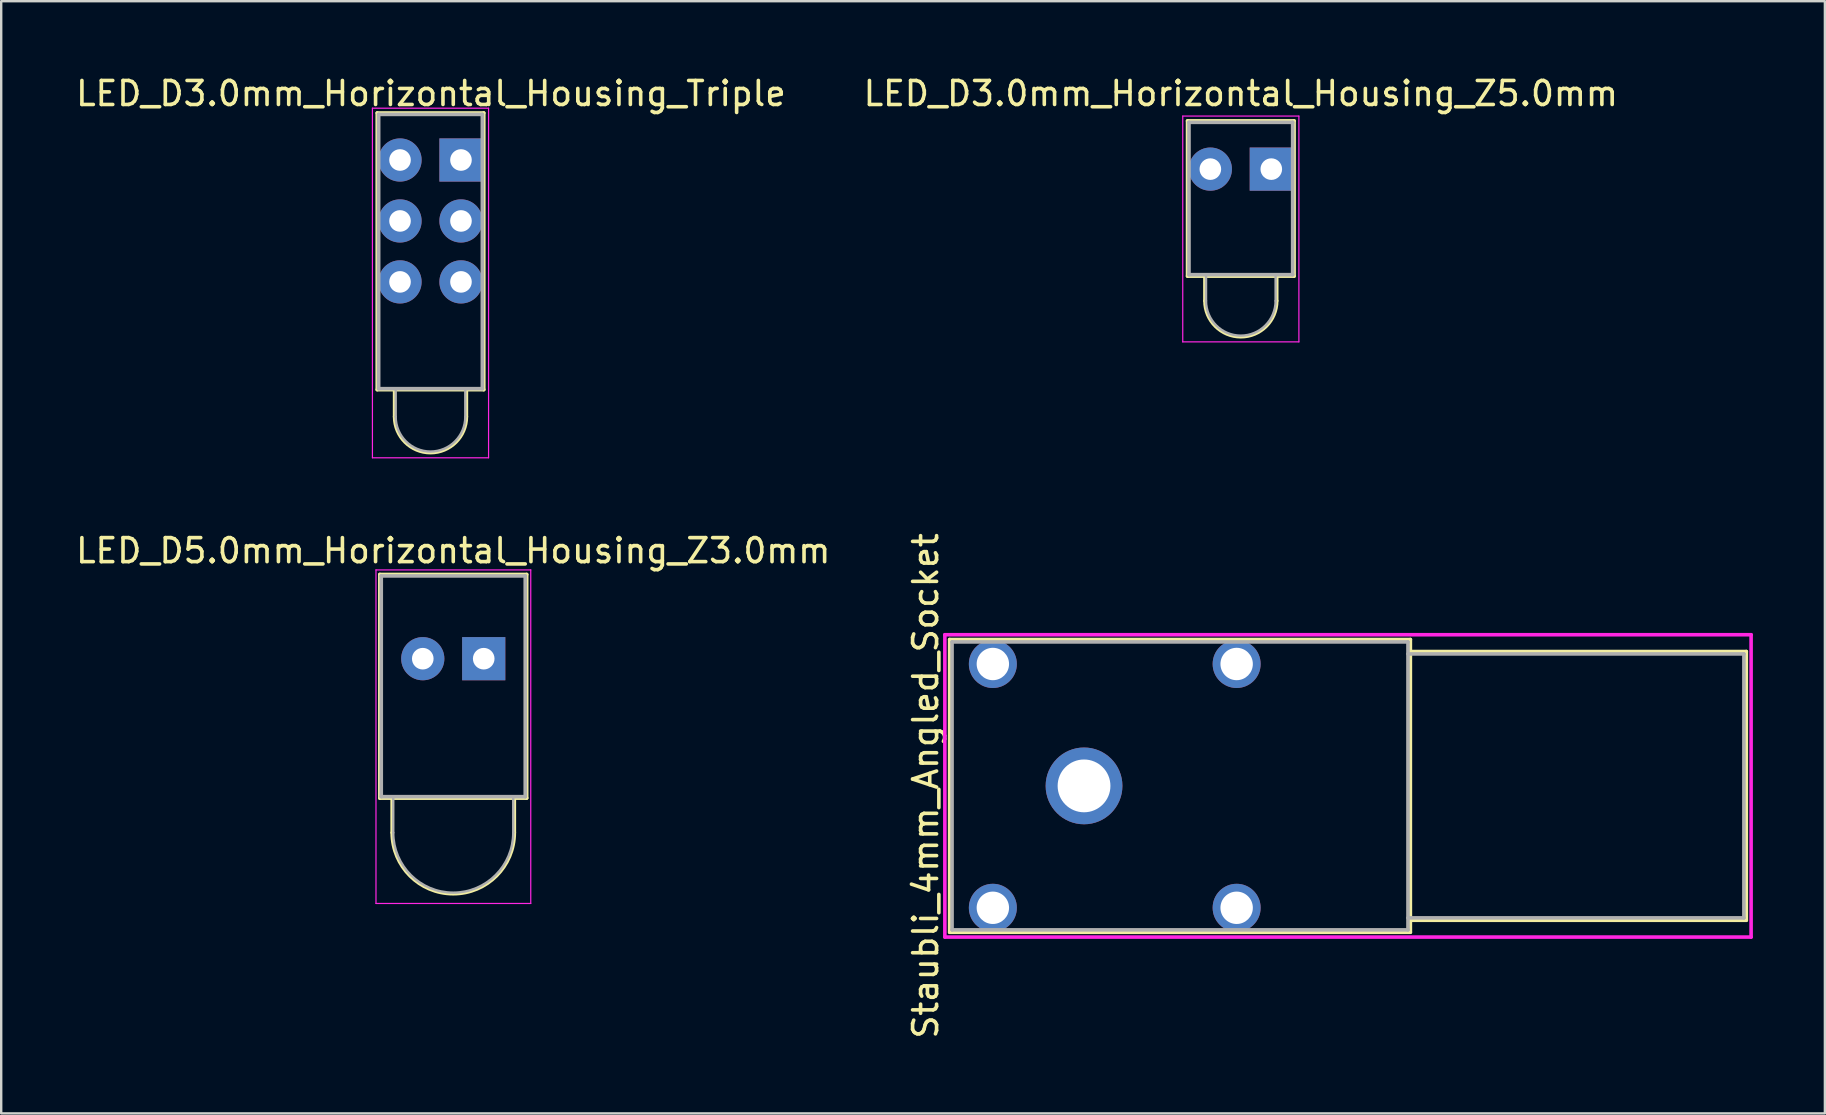
<source format=kicad_pcb>
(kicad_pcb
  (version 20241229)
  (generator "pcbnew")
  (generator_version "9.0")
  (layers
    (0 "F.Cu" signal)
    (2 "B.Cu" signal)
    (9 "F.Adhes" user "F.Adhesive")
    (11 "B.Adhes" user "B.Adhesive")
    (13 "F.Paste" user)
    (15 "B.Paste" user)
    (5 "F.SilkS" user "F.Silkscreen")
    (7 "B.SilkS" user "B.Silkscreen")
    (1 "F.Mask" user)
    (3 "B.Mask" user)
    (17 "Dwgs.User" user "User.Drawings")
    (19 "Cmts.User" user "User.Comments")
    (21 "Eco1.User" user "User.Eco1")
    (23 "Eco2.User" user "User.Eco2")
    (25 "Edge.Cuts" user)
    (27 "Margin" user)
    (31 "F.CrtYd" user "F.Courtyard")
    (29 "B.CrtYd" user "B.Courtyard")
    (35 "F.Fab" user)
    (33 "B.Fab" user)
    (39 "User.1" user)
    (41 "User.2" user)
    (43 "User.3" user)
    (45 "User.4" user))
  (footprint "Staubli_4mm_Angled_Socket"
    (layer "F.Cu")
    (at 42.127 29.702)
    (property "Reference" "Staubli_4mm_Angled_Socket" (at -6.6 0 90) (layer "F.SilkS") (effects (font (size 1 1) (thickness 0.15))))
    (attr through_hole)
    (fp_line (start -5.6 -6.1) (end -5.6 6.1) (stroke (width 0.15) (type solid)) (layer "F.SilkS"))
    (fp_line (start -5.6 6.1) (end 13.6 6.1) (stroke (width 0.15) (type solid)) (layer "F.SilkS"))
    (fp_line (start 13.6 -6.1) (end -5.6 -6.1) (stroke (width 0.15) (type solid)) (layer "F.SilkS"))
    (fp_line (start 13.6 -5.6) (end 27.6 -5.6) (stroke (width 0.15) (type solid)) (layer "F.SilkS"))
    (fp_line (start 13.6 6.1) (end 13.6 -6.1) (stroke (width 0.15) (type solid)) (layer "F.SilkS"))
    (fp_line (start 27.6 -5.6) (end 27.6 5.6) (stroke (width 0.15) (type solid)) (layer "F.SilkS"))
    (fp_line (start 27.6 5.6) (end 13.6 5.6) (stroke (width 0.15) (type solid)) (layer "F.SilkS"))
    (fp_line (start -5.8 -6.3) (end 27.8 -6.3) (stroke (width 0.15) (type solid)) (layer "F.CrtYd"))
    (fp_line (start -5.8 6.3) (end -5.8 -6.3) (stroke (width 0.15) (type solid)) (layer "F.CrtYd"))
    (fp_line (start 27.8 -6.3) (end 27.8 6.3) (stroke (width 0.15) (type solid)) (layer "F.CrtYd"))
    (fp_line (start 27.8 6.3) (end -5.8 6.3) (stroke (width 0.15) (type solid)) (layer "F.CrtYd"))
    (fp_line (start -5.5 -6) (end -5.5 6) (stroke (width 0.15) (type solid)) (layer "F.Fab"))
    (fp_line (start -5.5 6) (end 13.5 6) (stroke (width 0.15) (type solid)) (layer "F.Fab"))
    (fp_line (start 13.5 -6) (end -5.5 -6) (stroke (width 0.15) (type solid)) (layer "F.Fab"))
    (fp_line (start 13.5 -5.5) (end 27.5 -5.5) (stroke (width 0.15) (type solid)) (layer "F.Fab"))
    (fp_line (start 13.5 6) (end 13.5 -6) (stroke (width 0.15) (type solid)) (layer "F.Fab"))
    (fp_line (start 27.5 -5.5) (end 27.5 5.5) (stroke (width 0.15) (type solid)) (layer "F.Fab"))
    (fp_line (start 27.5 5.5) (end 13.5 5.5) (stroke (width 0.15) (type solid)) (layer "F.Fab"))
    (pad "1" thru_hole circle (at -3.8 -5.08) (size 2 2) (drill 1.35) (layers "*.Cu" "*.Mask"))
    (pad "1" thru_hole circle (at -3.8 5.08) (size 2 2) (drill 1.35) (layers "*.Cu" "*.Mask"))
    (pad "1" thru_hole circle (at 0 0) (size 3.2 3.2) (drill 2.2) (layers "*.Cu" "*.Mask"))
    (pad "1" thru_hole circle (at 6.36 -5.08) (size 2 2) (drill 1.35) (layers "*.Cu" "*.Mask"))
    (pad "1" thru_hole circle (at 6.36 5.08) (size 2 2) (drill 1.35) (layers "*.Cu" "*.Mask")))
  (footprint "LED_D5.0mm_Horizontal_Housing_Z3.0mm"
    (layer "F.Cu")
    (at 17.109 24.401)
    (property "Reference" "LED_D5.0mm_Horizontal_Housing_Z3.0mm" (at -1.27 -4.5 0) (layer "F.SilkS") (effects (font (size 1 1) (thickness 0.15))))
    (attr through_hole)
    (fp_line (start -4.33 -3.51) (end -4.33 5.81) (stroke (width 0.15) (type solid)) (layer "F.SilkS"))
    (fp_line (start -4.33 -3.51) (end 1.79 -3.51) (stroke (width 0.15) (type solid)) (layer "F.SilkS"))
    (fp_line (start -4.33 5.81) (end 1.79 5.81) (stroke (width 0.15) (type solid)) (layer "F.SilkS"))
    (fp_line (start -3.83 5.81) (end -3.83 7.25) (stroke (width 0.12) (type solid)) (layer "F.SilkS"))
    (fp_line (start 1.29 5.81) (end 1.29 7.25) (stroke (width 0.12) (type solid)) (layer "F.SilkS"))
    (fp_line (start 1.79 -3.51) (end 1.79 5.81) (stroke (width 0.15) (type solid)) (layer "F.SilkS"))
    (fp_arc (start 1.29 7.25) (mid -1.27 9.81) (end -3.83 7.25) (stroke (width 0.12) (type solid)) (layer "F.SilkS"))
    (fp_line (start -4.49 -3.7) (end -4.49 10.2) (stroke (width 0.05) (type solid)) (layer "F.CrtYd"))
    (fp_line (start -4.49 10.2) (end 1.96 10.2) (stroke (width 0.05) (type solid)) (layer "F.CrtYd"))
    (fp_line (start 1.96 -3.7) (end -4.49 -3.7) (stroke (width 0.05) (type solid)) (layer "F.CrtYd"))
    (fp_line (start 1.96 10.2) (end 1.96 -3.7) (stroke (width 0.05) (type solid)) (layer "F.CrtYd"))
    (fp_line (start -4.27 -3.45) (end -4.27 5.75) (stroke (width 0.15) (type solid)) (layer "F.Fab"))
    (fp_line (start -4.27 -3.45) (end 1.73 -3.45) (stroke (width 0.15) (type solid)) (layer "F.Fab"))
    (fp_line (start -4.27 5.75) (end 1.73 5.75) (stroke (width 0.15) (type solid)) (layer "F.Fab"))
    (fp_line (start -3.77 5.75) (end -3.77 7.25) (stroke (width 0.1) (type solid)) (layer "F.Fab"))
    (fp_line (start 1.23 5.75) (end 1.23 7.25) (stroke (width 0.1) (type solid)) (layer "F.Fab"))
    (fp_line (start 1.73 -3.45) (end 1.73 5.75) (stroke (width 0.15) (type solid)) (layer "F.Fab"))
    (fp_arc (start 1.23 7.25) (mid -1.27 9.75) (end -3.77 7.25) (stroke (width 0.1) (type solid)) (layer "F.Fab"))
    (pad "1" thru_hole rect (at 0 0) (size 1.8 1.8) (drill 0.9) (layers "*.Cu" "*.Mask"))
    (pad "2" thru_hole circle (at -2.54 0) (size 1.8 1.8) (drill 0.9) (layers "*.Cu" "*.Mask")))
  (footprint "LED_D3.0mm_Horizontal_Housing_Z5.0mm"
    (layer "F.Cu")
    (at 49.931 3.998)
    (property "Reference" "LED_D3.0mm_Horizontal_Housing_Z5.0mm" (at -1.27 -3.15 0) (layer "F.SilkS") (effects (font (size 1 1) (thickness 0.15))))
    (attr through_hole)
    (fp_line (start -3.49 -2.01) (end -3.49 4.46) (stroke (width 0.15) (type solid)) (layer "F.SilkS"))
    (fp_line (start -3.49 -2.01) (end 0.95 -2.01) (stroke (width 0.15) (type solid)) (layer "F.SilkS"))
    (fp_line (start -3.49 4.46) (end 0.95 4.46) (stroke (width 0.15) (type solid)) (layer "F.SilkS"))
    (fp_line (start -2.78 4.46) (end -2.78 5.49) (stroke (width 0.12) (type solid)) (layer "F.SilkS"))
    (fp_line (start 0.24 4.46) (end 0.24 5.49) (stroke (width 0.12) (type solid)) (layer "F.SilkS"))
    (fp_line (start 0.95 -2.01) (end 0.95 4.46) (stroke (width 0.15) (type solid)) (layer "F.SilkS"))
    (fp_arc (start 0.24 5.49) (mid -1.27 7) (end -2.78 5.49) (stroke (width 0.12) (type solid)) (layer "F.SilkS"))
    (fp_line (start -3.69 -2.21) (end -3.69 7.2) (stroke (width 0.05) (type solid)) (layer "F.CrtYd"))
    (fp_line (start -3.69 7.2) (end 1.15 7.2) (stroke (width 0.05) (type solid)) (layer "F.CrtYd"))
    (fp_line (start 1.15 -2.21) (end -3.69 -2.21) (stroke (width 0.05) (type solid)) (layer "F.CrtYd"))
    (fp_line (start 1.15 7.2) (end 1.15 -2.21) (stroke (width 0.05) (type solid)) (layer "F.CrtYd"))
    (fp_line (start -3.43 -1.95) (end -3.43 4.4) (stroke (width 0.15) (type solid)) (layer "F.Fab"))
    (fp_line (start -3.43 -1.95) (end 0.89 -1.95) (stroke (width 0.15) (type solid)) (layer "F.Fab"))
    (fp_line (start -3.43 4.4) (end 0.89 4.4) (stroke (width 0.15) (type solid)) (layer "F.Fab"))
    (fp_line (start -2.72 4.4) (end -2.72 5.49) (stroke (width 0.1) (type solid)) (layer "F.Fab"))
    (fp_line (start 0.18 4.4) (end 0.18 5.49) (stroke (width 0.1) (type solid)) (layer "F.Fab"))
    (fp_line (start 0.89 -1.95) (end 0.89 4.4) (stroke (width 0.15) (type solid)) (layer "F.Fab"))
    (fp_arc (start 0.18 5.49) (mid -1.27 6.94) (end -2.72 5.49) (stroke (width 0.1) (type solid)) (layer "F.Fab"))
    (pad "1" thru_hole rect (at 0 0) (size 1.8 1.8) (drill 0.9) (layers "*.Cu" "*.Mask"))
    (pad "2" thru_hole circle (at -2.54 0) (size 1.8 1.8) (drill 0.9) (layers "*.Cu" "*.Mask")))
  (footprint "LED_D3.0mm_Horizontal_Housing_Triple"
    (layer "F.Cu")
    (at 16.161 8.698)
    (property "Reference" "LED_D3.0mm_Horizontal_Housing_Triple" (at -1.25 -7.85 0) (layer "F.SilkS") (effects (font (size 1 1) (thickness 0.15))))
    (attr through_hole)
    (fp_line (start -3.49 -7.04) (end -3.49 4.49) (stroke (width 0.15) (type solid)) (layer "F.SilkS"))
    (fp_line (start -3.49 -7.04) (end 0.95 -7.04) (stroke (width 0.15) (type solid)) (layer "F.SilkS"))
    (fp_line (start -3.49 4.49) (end 0.95 4.49) (stroke (width 0.15) (type solid)) (layer "F.SilkS"))
    (fp_line (start -2.78 4.49) (end -2.78 5.62) (stroke (width 0.12) (type solid)) (layer "F.SilkS"))
    (fp_line (start 0.24 4.49) (end 0.24 5.62) (stroke (width 0.12) (type solid)) (layer "F.SilkS"))
    (fp_line (start 0.95 -7.04) (end 0.95 4.49) (stroke (width 0.15) (type solid)) (layer "F.SilkS"))
    (fp_arc (start 0.24 5.62) (mid -1.27 7.13) (end -2.78 5.62) (stroke (width 0.12) (type solid)) (layer "F.SilkS"))
    (fp_line (start -3.69 -7.24) (end -3.69 7.33) (stroke (width 0.05) (type solid)) (layer "F.CrtYd"))
    (fp_line (start -3.69 7.33) (end 1.15 7.33) (stroke (width 0.05) (type solid)) (layer "F.CrtYd"))
    (fp_line (start 1.15 -7.24) (end -3.69 -7.24) (stroke (width 0.05) (type solid)) (layer "F.CrtYd"))
    (fp_line (start 1.15 7.33) (end 1.15 -7.24) (stroke (width 0.05) (type solid)) (layer "F.CrtYd"))
    (fp_line (start -3.43 -6.98) (end -3.43 4.45) (stroke (width 0.15) (type solid)) (layer "F.Fab"))
    (fp_line (start -3.43 -6.98) (end 0.89 -6.98) (stroke (width 0.15) (type solid)) (layer "F.Fab"))
    (fp_line (start -3.43 4.45) (end 0.89 4.45) (stroke (width 0.15) (type solid)) (layer "F.Fab"))
    (fp_line (start -2.72 4.45) (end -2.72 5.62) (stroke (width 0.1) (type solid)) (layer "F.Fab"))
    (fp_line (start 0.18 4.45) (end 0.18 5.62) (stroke (width 0.1) (type solid)) (layer "F.Fab"))
    (fp_line (start 0.89 -6.98) (end 0.89 4.45) (stroke (width 0.15) (type solid)) (layer "F.Fab"))
    (fp_arc (start 0.18 5.62) (mid -1.27 7.07) (end -2.72 5.62) (stroke (width 0.1) (type solid)) (layer "F.Fab"))
    (pad "1" thru_hole rect (at 0 -5.08) (size 1.8 1.8) (drill 0.9) (layers "*.Cu" "*.Mask"))
    (pad "2" thru_hole circle (at 0 -2.54) (size 1.8 1.8) (drill 0.9) (layers "*.Cu" "*.Mask"))
    (pad "3" thru_hole circle (at 0 0) (size 1.8 1.8) (drill 0.9) (layers "*.Cu" "*.Mask"))
    (pad "4" thru_hole circle (at -2.54 0) (size 1.8 1.8) (drill 0.9) (layers "*.Cu" "*.Mask"))
    (pad "5" thru_hole circle (at -2.54 -2.54) (size 1.8 1.8) (drill 0.9) (layers "*.Cu" "*.Mask"))
    (pad "6" thru_hole circle (at -2.54 -5.08) (size 1.8 1.8) (drill 0.9) (layers "*.Cu" "*.Mask")))
  (gr_rect
    (start -3 -3)
    (end 73.002 43.351)
    (stroke (width 0.1) (type default))
    (fill no)
    (layer "Edge.Cuts")))
</source>
